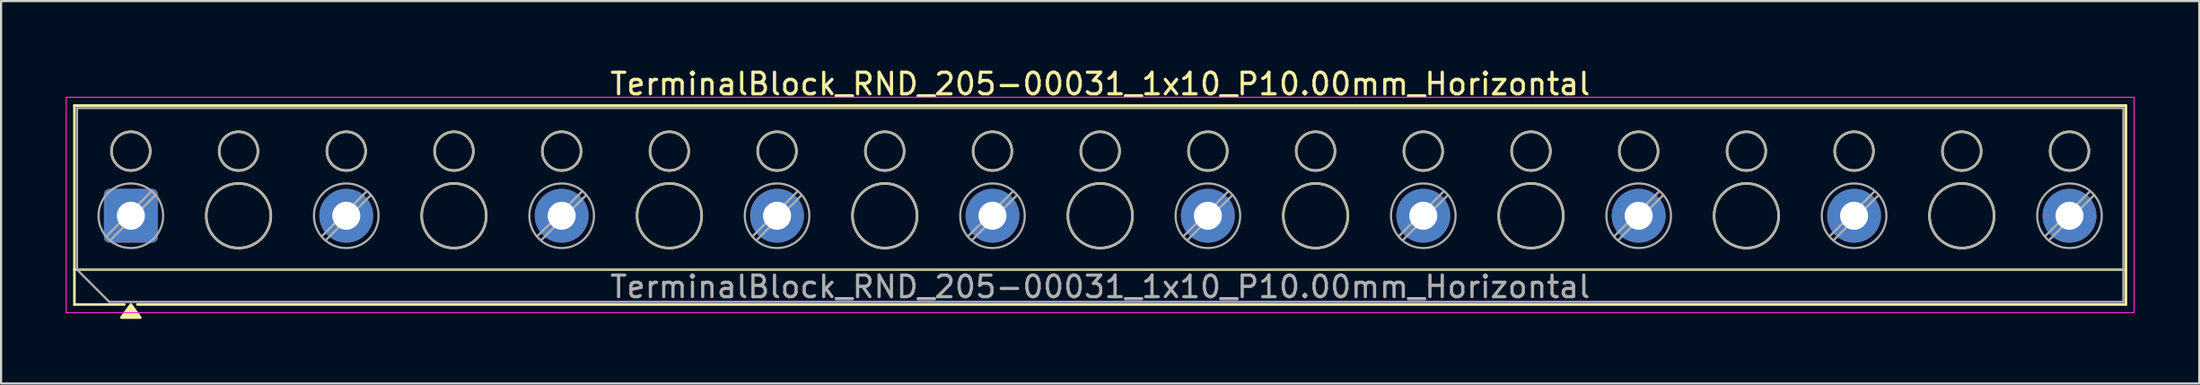
<source format=kicad_pcb>
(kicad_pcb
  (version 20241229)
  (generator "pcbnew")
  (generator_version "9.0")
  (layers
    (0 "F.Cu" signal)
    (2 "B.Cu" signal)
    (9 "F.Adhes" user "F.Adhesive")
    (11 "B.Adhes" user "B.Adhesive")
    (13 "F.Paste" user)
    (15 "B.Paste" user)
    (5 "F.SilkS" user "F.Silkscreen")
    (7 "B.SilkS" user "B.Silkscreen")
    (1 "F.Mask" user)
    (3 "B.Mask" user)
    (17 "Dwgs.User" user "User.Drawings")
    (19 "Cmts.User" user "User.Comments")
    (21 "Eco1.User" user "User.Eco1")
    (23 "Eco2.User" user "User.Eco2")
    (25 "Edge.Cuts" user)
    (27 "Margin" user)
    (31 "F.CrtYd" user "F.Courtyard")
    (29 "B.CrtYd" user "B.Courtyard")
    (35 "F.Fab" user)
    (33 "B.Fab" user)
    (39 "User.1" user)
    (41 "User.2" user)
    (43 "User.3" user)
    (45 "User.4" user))
  (footprint "TerminalBlock_RND_205-00031_1x10_P10.00mm_Horizontal"
    (layer "F.Cu")
    (at 3.025 6.968)
    (property "Reference" "TerminalBlock_RND_205-00031_1x10_P10.00mm_Horizontal" (at 45 -6.12 0) (layer "F.SilkS") (effects (font (size 1 1) (thickness 0.15))))
    (attr through_hole)
    (fp_line (start -2.62 -5.12) (end 92.62 -5.12) (stroke (width 0.12) (type solid)) (layer "F.SilkS"))
    (fp_line (start -2.62 2.5) (end 92.62 2.5) (stroke (width 0.12) (type solid)) (layer "F.SilkS"))
    (fp_line (start -2.62 4.12) (end -2.62 -5.12) (stroke (width 0.12) (type solid)) (layer "F.SilkS"))
    (fp_line (start -0.3 4.12) (end -2.62 4.12) (stroke (width 0.12) (type solid)) (layer "F.SilkS"))
    (fp_line (start 92.62 -5.12) (end 92.62 4.12) (stroke (width 0.12) (type solid)) (layer "F.SilkS"))
    (fp_line (start 92.62 4.12) (end 0.3 4.12) (stroke (width 0.12) (type solid)) (layer "F.SilkS"))
    (fp_circle (center 0 -3) (end 0.9 -3) (stroke (width 0.12) (type solid)) (fill no) (layer "F.SilkS"))
    (fp_circle (center 5 -3) (end 5.9 -3) (stroke (width 0.12) (type solid)) (fill no) (layer "F.SilkS"))
    (fp_circle (center 5 0) (end 6.5 0) (stroke (width 0.12) (type solid)) (fill no) (layer "F.SilkS"))
    (fp_circle (center 10 -3) (end 10.9 -3) (stroke (width 0.12) (type solid)) (fill no) (layer "F.SilkS"))
    (fp_circle (center 15 -3) (end 15.9 -3) (stroke (width 0.12) (type solid)) (fill no) (layer "F.SilkS"))
    (fp_circle (center 15 0) (end 16.5 0) (stroke (width 0.12) (type solid)) (fill no) (layer "F.SilkS"))
    (fp_circle (center 20 -3) (end 20.9 -3) (stroke (width 0.12) (type solid)) (fill no) (layer "F.SilkS"))
    (fp_circle (center 25 -3) (end 25.9 -3) (stroke (width 0.12) (type solid)) (fill no) (layer "F.SilkS"))
    (fp_circle (center 25 0) (end 26.5 0) (stroke (width 0.12) (type solid)) (fill no) (layer "F.SilkS"))
    (fp_circle (center 30 -3) (end 30.9 -3) (stroke (width 0.12) (type solid)) (fill no) (layer "F.SilkS"))
    (fp_circle (center 35 -3) (end 35.9 -3) (stroke (width 0.12) (type solid)) (fill no) (layer "F.SilkS"))
    (fp_circle (center 35 0) (end 36.5 0) (stroke (width 0.12) (type solid)) (fill no) (layer "F.SilkS"))
    (fp_circle (center 40 -3) (end 40.9 -3) (stroke (width 0.12) (type solid)) (fill no) (layer "F.SilkS"))
    (fp_circle (center 45 -3) (end 45.9 -3) (stroke (width 0.12) (type solid)) (fill no) (layer "F.SilkS"))
    (fp_circle (center 45 0) (end 46.5 0) (stroke (width 0.12) (type solid)) (fill no) (layer "F.SilkS"))
    (fp_circle (center 50 -3) (end 50.9 -3) (stroke (width 0.12) (type solid)) (fill no) (layer "F.SilkS"))
    (fp_circle (center 55 -3) (end 55.9 -3) (stroke (width 0.12) (type solid)) (fill no) (layer "F.SilkS"))
    (fp_circle (center 55 0) (end 56.5 0) (stroke (width 0.12) (type solid)) (fill no) (layer "F.SilkS"))
    (fp_circle (center 60 -3) (end 60.9 -3) (stroke (width 0.12) (type solid)) (fill no) (layer "F.SilkS"))
    (fp_circle (center 65 -3) (end 65.9 -3) (stroke (width 0.12) (type solid)) (fill no) (layer "F.SilkS"))
    (fp_circle (center 65 0) (end 66.5 0) (stroke (width 0.12) (type solid)) (fill no) (layer "F.SilkS"))
    (fp_circle (center 70 -3) (end 70.9 -3) (stroke (width 0.12) (type solid)) (fill no) (layer "F.SilkS"))
    (fp_circle (center 75 -3) (end 75.9 -3) (stroke (width 0.12) (type solid)) (fill no) (layer "F.SilkS"))
    (fp_circle (center 75 0) (end 76.5 0) (stroke (width 0.12) (type solid)) (fill no) (layer "F.SilkS"))
    (fp_circle (center 80 -3) (end 80.9 -3) (stroke (width 0.12) (type solid)) (fill no) (layer "F.SilkS"))
    (fp_circle (center 85 -3) (end 85.9 -3) (stroke (width 0.12) (type solid)) (fill no) (layer "F.SilkS"))
    (fp_circle (center 85 0) (end 86.5 0) (stroke (width 0.12) (type solid)) (fill no) (layer "F.SilkS"))
    (fp_circle (center 90 -3) (end 90.9 -3) (stroke (width 0.12) (type solid)) (fill no) (layer "F.SilkS"))
    (fp_poly (pts (xy 0 4.12) (xy 0.44 4.73) (xy -0.44 4.73)) (stroke (width 0.12) (type solid)) (fill yes) (layer "F.SilkS"))
    (fp_line (start -3 -5.5) (end -3 4.5) (stroke (width 0.05) (type solid)) (layer "F.CrtYd"))
    (fp_line (start -3 4.5) (end 93 4.5) (stroke (width 0.05) (type solid)) (layer "F.CrtYd"))
    (fp_line (start 93 -5.5) (end -3 -5.5) (stroke (width 0.05) (type solid)) (layer "F.CrtYd"))
    (fp_line (start 93 4.5) (end 93 -5.5) (stroke (width 0.05) (type solid)) (layer "F.CrtYd"))
    (fp_line (start -2.5 -5) (end 92.5 -5) (stroke (width 0.1) (type solid)) (layer "F.Fab"))
    (fp_line (start -2.5 2.5) (end -2.5 -5) (stroke (width 0.1) (type solid)) (layer "F.Fab"))
    (fp_line (start -2.5 2.5) (end 92.5 2.5) (stroke (width 0.1) (type solid)) (layer "F.Fab"))
    (fp_line (start -1 4) (end -2.5 2.5) (stroke (width 0.1) (type solid)) (layer "F.Fab"))
    (fp_line (start 0.955 -1.138) (end -1.138 0.955) (stroke (width 0.1) (type solid)) (layer "F.Fab"))
    (fp_line (start 1.138 -0.955) (end -0.955 1.138) (stroke (width 0.1) (type solid)) (layer "F.Fab"))
    (fp_line (start 10.955 -1.138) (end 8.862 0.955) (stroke (width 0.1) (type solid)) (layer "F.Fab"))
    (fp_line (start 11.138 -0.955) (end 9.045 1.138) (stroke (width 0.1) (type solid)) (layer "F.Fab"))
    (fp_line (start 20.955 -1.138) (end 18.862 0.955) (stroke (width 0.1) (type solid)) (layer "F.Fab"))
    (fp_line (start 21.138 -0.955) (end 19.045 1.138) (stroke (width 0.1) (type solid)) (layer "F.Fab"))
    (fp_line (start 30.955 -1.138) (end 28.862 0.955) (stroke (width 0.1) (type solid)) (layer "F.Fab"))
    (fp_line (start 31.138 -0.955) (end 29.045 1.138) (stroke (width 0.1) (type solid)) (layer "F.Fab"))
    (fp_line (start 40.955 -1.138) (end 38.862 0.955) (stroke (width 0.1) (type solid)) (layer "F.Fab"))
    (fp_line (start 41.138 -0.955) (end 39.045 1.138) (stroke (width 0.1) (type solid)) (layer "F.Fab"))
    (fp_line (start 50.955 -1.138) (end 48.862 0.955) (stroke (width 0.1) (type solid)) (layer "F.Fab"))
    (fp_line (start 51.138 -0.955) (end 49.045 1.138) (stroke (width 0.1) (type solid)) (layer "F.Fab"))
    (fp_line (start 60.955 -1.138) (end 58.862 0.955) (stroke (width 0.1) (type solid)) (layer "F.Fab"))
    (fp_line (start 61.138 -0.955) (end 59.045 1.138) (stroke (width 0.1) (type solid)) (layer "F.Fab"))
    (fp_line (start 70.955 -1.138) (end 68.862 0.955) (stroke (width 0.1) (type solid)) (layer "F.Fab"))
    (fp_line (start 71.138 -0.955) (end 69.045 1.138) (stroke (width 0.1) (type solid)) (layer "F.Fab"))
    (fp_line (start 80.955 -1.138) (end 78.862 0.955) (stroke (width 0.1) (type solid)) (layer "F.Fab"))
    (fp_line (start 81.138 -0.955) (end 79.045 1.138) (stroke (width 0.1) (type solid)) (layer "F.Fab"))
    (fp_line (start 90.955 -1.138) (end 88.862 0.955) (stroke (width 0.1) (type solid)) (layer "F.Fab"))
    (fp_line (start 91.138 -0.955) (end 89.045 1.138) (stroke (width 0.1) (type solid)) (layer "F.Fab"))
    (fp_line (start 92.5 -5) (end 92.5 4) (stroke (width 0.1) (type solid)) (layer "F.Fab"))
    (fp_line (start 92.5 4) (end -1 4) (stroke (width 0.1) (type solid)) (layer "F.Fab"))
    (fp_circle (center 0 -3) (end 0.9 -3) (stroke (width 0.1) (type solid)) (fill no) (layer "F.Fab"))
    (fp_circle (center 0 0) (end 1.5 0) (stroke (width 0.1) (type solid)) (fill no) (layer "F.Fab"))
    (fp_circle (center 5 -3) (end 5.9 -3) (stroke (width 0.1) (type solid)) (fill no) (layer "F.Fab"))
    (fp_circle (center 5 0) (end 6.5 0) (stroke (width 0.1) (type solid)) (fill no) (layer "F.Fab"))
    (fp_circle (center 10 -3) (end 10.9 -3) (stroke (width 0.1) (type solid)) (fill no) (layer "F.Fab"))
    (fp_circle (center 10 0) (end 11.5 0) (stroke (width 0.1) (type solid)) (fill no) (layer "F.Fab"))
    (fp_circle (center 15 -3) (end 15.9 -3) (stroke (width 0.1) (type solid)) (fill no) (layer "F.Fab"))
    (fp_circle (center 15 0) (end 16.5 0) (stroke (width 0.1) (type solid)) (fill no) (layer "F.Fab"))
    (fp_circle (center 20 -3) (end 20.9 -3) (stroke (width 0.1) (type solid)) (fill no) (layer "F.Fab"))
    (fp_circle (center 20 0) (end 21.5 0) (stroke (width 0.1) (type solid)) (fill no) (layer "F.Fab"))
    (fp_circle (center 25 -3) (end 25.9 -3) (stroke (width 0.1) (type solid)) (fill no) (layer "F.Fab"))
    (fp_circle (center 25 0) (end 26.5 0) (stroke (width 0.1) (type solid)) (fill no) (layer "F.Fab"))
    (fp_circle (center 30 -3) (end 30.9 -3) (stroke (width 0.1) (type solid)) (fill no) (layer "F.Fab"))
    (fp_circle (center 30 0) (end 31.5 0) (stroke (width 0.1) (type solid)) (fill no) (layer "F.Fab"))
    (fp_circle (center 35 -3) (end 35.9 -3) (stroke (width 0.1) (type solid)) (fill no) (layer "F.Fab"))
    (fp_circle (center 35 0) (end 36.5 0) (stroke (width 0.1) (type solid)) (fill no) (layer "F.Fab"))
    (fp_circle (center 40 -3) (end 40.9 -3) (stroke (width 0.1) (type solid)) (fill no) (layer "F.Fab"))
    (fp_circle (center 40 0) (end 41.5 0) (stroke (width 0.1) (type solid)) (fill no) (layer "F.Fab"))
    (fp_circle (center 45 -3) (end 45.9 -3) (stroke (width 0.1) (type solid)) (fill no) (layer "F.Fab"))
    (fp_circle (center 45 0) (end 46.5 0) (stroke (width 0.1) (type solid)) (fill no) (layer "F.Fab"))
    (fp_circle (center 50 -3) (end 50.9 -3) (stroke (width 0.1) (type solid)) (fill no) (layer "F.Fab"))
    (fp_circle (center 50 0) (end 51.5 0) (stroke (width 0.1) (type solid)) (fill no) (layer "F.Fab"))
    (fp_circle (center 55 -3) (end 55.9 -3) (stroke (width 0.1) (type solid)) (fill no) (layer "F.Fab"))
    (fp_circle (center 55 0) (end 56.5 0) (stroke (width 0.1) (type solid)) (fill no) (layer "F.Fab"))
    (fp_circle (center 60 -3) (end 60.9 -3) (stroke (width 0.1) (type solid)) (fill no) (layer "F.Fab"))
    (fp_circle (center 60 0) (end 61.5 0) (stroke (width 0.1) (type solid)) (fill no) (layer "F.Fab"))
    (fp_circle (center 65 -3) (end 65.9 -3) (stroke (width 0.1) (type solid)) (fill no) (layer "F.Fab"))
    (fp_circle (center 65 0) (end 66.5 0) (stroke (width 0.1) (type solid)) (fill no) (layer "F.Fab"))
    (fp_circle (center 70 -3) (end 70.9 -3) (stroke (width 0.1) (type solid)) (fill no) (layer "F.Fab"))
    (fp_circle (center 70 0) (end 71.5 0) (stroke (width 0.1) (type solid)) (fill no) (layer "F.Fab"))
    (fp_circle (center 75 -3) (end 75.9 -3) (stroke (width 0.1) (type solid)) (fill no) (layer "F.Fab"))
    (fp_circle (center 75 0) (end 76.5 0) (stroke (width 0.1) (type solid)) (fill no) (layer "F.Fab"))
    (fp_circle (center 80 -3) (end 80.9 -3) (stroke (width 0.1) (type solid)) (fill no) (layer "F.Fab"))
    (fp_circle (center 80 0) (end 81.5 0) (stroke (width 0.1) (type solid)) (fill no) (layer "F.Fab"))
    (fp_circle (center 85 -3) (end 85.9 -3) (stroke (width 0.1) (type solid)) (fill no) (layer "F.Fab"))
    (fp_circle (center 85 0) (end 86.5 0) (stroke (width 0.1) (type solid)) (fill no) (layer "F.Fab"))
    (fp_circle (center 90 -3) (end 90.9 -3) (stroke (width 0.1) (type solid)) (fill no) (layer "F.Fab"))
    (fp_circle (center 90 0) (end 91.5 0) (stroke (width 0.1) (type solid)) (fill no) (layer "F.Fab"))
    (fp_text user "${REFERENCE}" (at 45 3.3 0) (layer "F.Fab") (effects (font (size 1 1) (thickness 0.15))))
    (pad "1" thru_hole roundrect (at 0 0) (size 2.5 2.5) (drill 1.3) (layers "*.Cu" "*.Mask") (roundrect_rratio 0.1))
    (pad "2" thru_hole circle (at 10 0) (size 2.5 2.5) (drill 1.3) (layers "*.Cu" "*.Mask"))
    (pad "3" thru_hole circle (at 20 0) (size 2.5 2.5) (drill 1.3) (layers "*.Cu" "*.Mask"))
    (pad "4" thru_hole circle (at 30 0) (size 2.5 2.5) (drill 1.3) (layers "*.Cu" "*.Mask"))
    (pad "5" thru_hole circle (at 40 0) (size 2.5 2.5) (drill 1.3) (layers "*.Cu" "*.Mask"))
    (pad "6" thru_hole circle (at 50 0) (size 2.5 2.5) (drill 1.3) (layers "*.Cu" "*.Mask"))
    (pad "7" thru_hole circle (at 60 0) (size 2.5 2.5) (drill 1.3) (layers "*.Cu" "*.Mask"))
    (pad "8" thru_hole circle (at 70 0) (size 2.5 2.5) (drill 1.3) (layers "*.Cu" "*.Mask"))
    (pad "9" thru_hole circle (at 80 0) (size 2.5 2.5) (drill 1.3) (layers "*.Cu" "*.Mask"))
    (pad "10" thru_hole circle (at 90 0) (size 2.5 2.5) (drill 1.3) (layers "*.Cu" "*.Mask")))
  (gr_rect
    (start -3 -3)
    (end 99.05 14.758)
    (stroke (width 0.1) (type default))
    (fill no)
    (layer "Edge.Cuts")))
</source>
